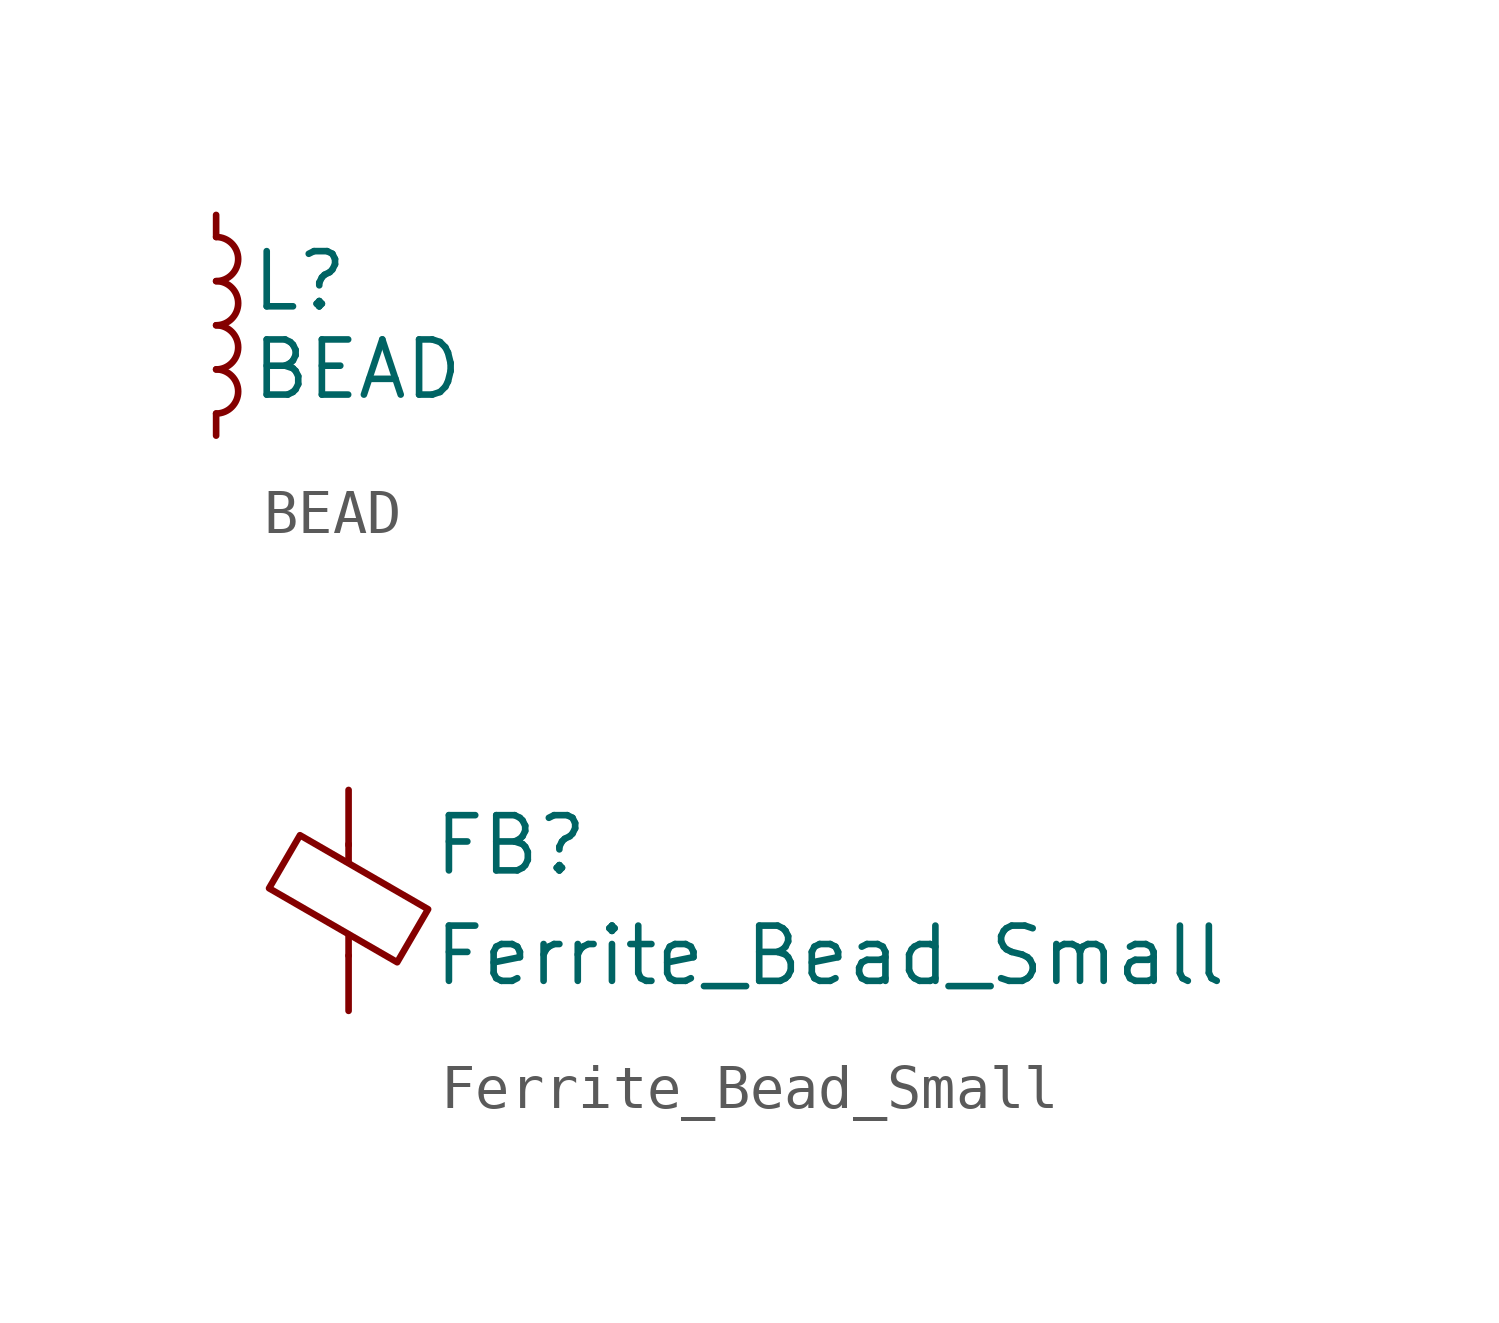
<source format=kicad_sym>
(kicad_symbol_lib
  (version 20211014)
  (generator kicad_symbol_editor)
  (symbol "BEAD"
    (pin_numbers hide)
    (pin_names
      (offset 0.254) hide)
    (property "Reference" "L"
      (at 0.762 1.016 0)
      (effects (font (size 1.27 1.27)) (justify left)))
    (property "Value" "BEAD"
      (at 0.762 -1.016 0)
      (effects (font (size 1.27 1.27)) (justify left)))
    (symbol "BEAD_0_1"
      (arc (start 0 -2.032) (mid 0.508 -1.524) (end 0 -1.016) (stroke (width 0) (type default) (color 0 0 0 0)) (fill (type none)))
      (arc (start 0 -1.016) (mid 0.508 -0.508) (end 0 0) (stroke (width 0) (type default) (color 0 0 0 0)) (fill (type none)))
      (arc (start 0 0) (mid 0.508 0.508) (end 0 1.016) (stroke (width 0) (type default) (color 0 0 0 0)) (fill (type none)))
      (arc (start 0 1.016) (mid 0.508 1.524) (end 0 2.032) (stroke (width 0) (type default) (color 0 0 0 0)) (fill (type none))))
    (symbol "BEAD_1_1"
      (pin passive line (at 0 2.54 270) (length 0.508) (name "~" (effects (font (size 1.27 1.27)))) (number "1" (effects (font (size 1.27 1.27)))))
      (pin passive line (at 0 -2.54 90) (length 0.508) (name "~" (effects (font (size 1.27 1.27)))) (number "2" (effects (font (size 1.27 1.27)))))))
  (symbol "Ferrite_Bead_Small"
    (pin_numbers hide)
    (pin_names
      (offset 0))
    (property "Reference" "FB"
      (at 1.905 1.27 0)
      (effects (font (size 1.27 1.27)) (justify left)))
    (property "Value" "Ferrite_Bead_Small"
      (at 1.905 -1.27 0)
      (effects (font (size 1.27 1.27)) (justify left)))
    (symbol "Ferrite_Bead_Small_0_1"
      (polyline (pts (xy 0 -1.27) (xy 0 -0.787)) (stroke (width 0) (type default) (color 0 0 0 0)) (fill (type none)))
      (polyline (pts (xy 0 0.889) (xy 0 1.295)) (stroke (width 0) (type default) (color 0 0 0 0)) (fill (type none)))
      (polyline (pts (xy -1.829 0.279) (xy -1.118 1.499) (xy 1.829 -0.203) (xy 1.118 -1.422) (xy -1.829 0.279)) (stroke (width 0) (type default) (color 0 0 0 0)) (fill (type none))))
    (symbol "Ferrite_Bead_Small_1_1"
      (pin passive line (at 0 2.54 270) (length 1.27) (name "~" (effects (font (size 1.27 1.27)))) (number "1" (effects (font (size 1.27 1.27)))))
      (pin passive line (at 0 -2.54 90) (length 1.27) (name "~" (effects (font (size 1.27 1.27)))) (number "2" (effects (font (size 1.27 1.27))))))))
</source>
